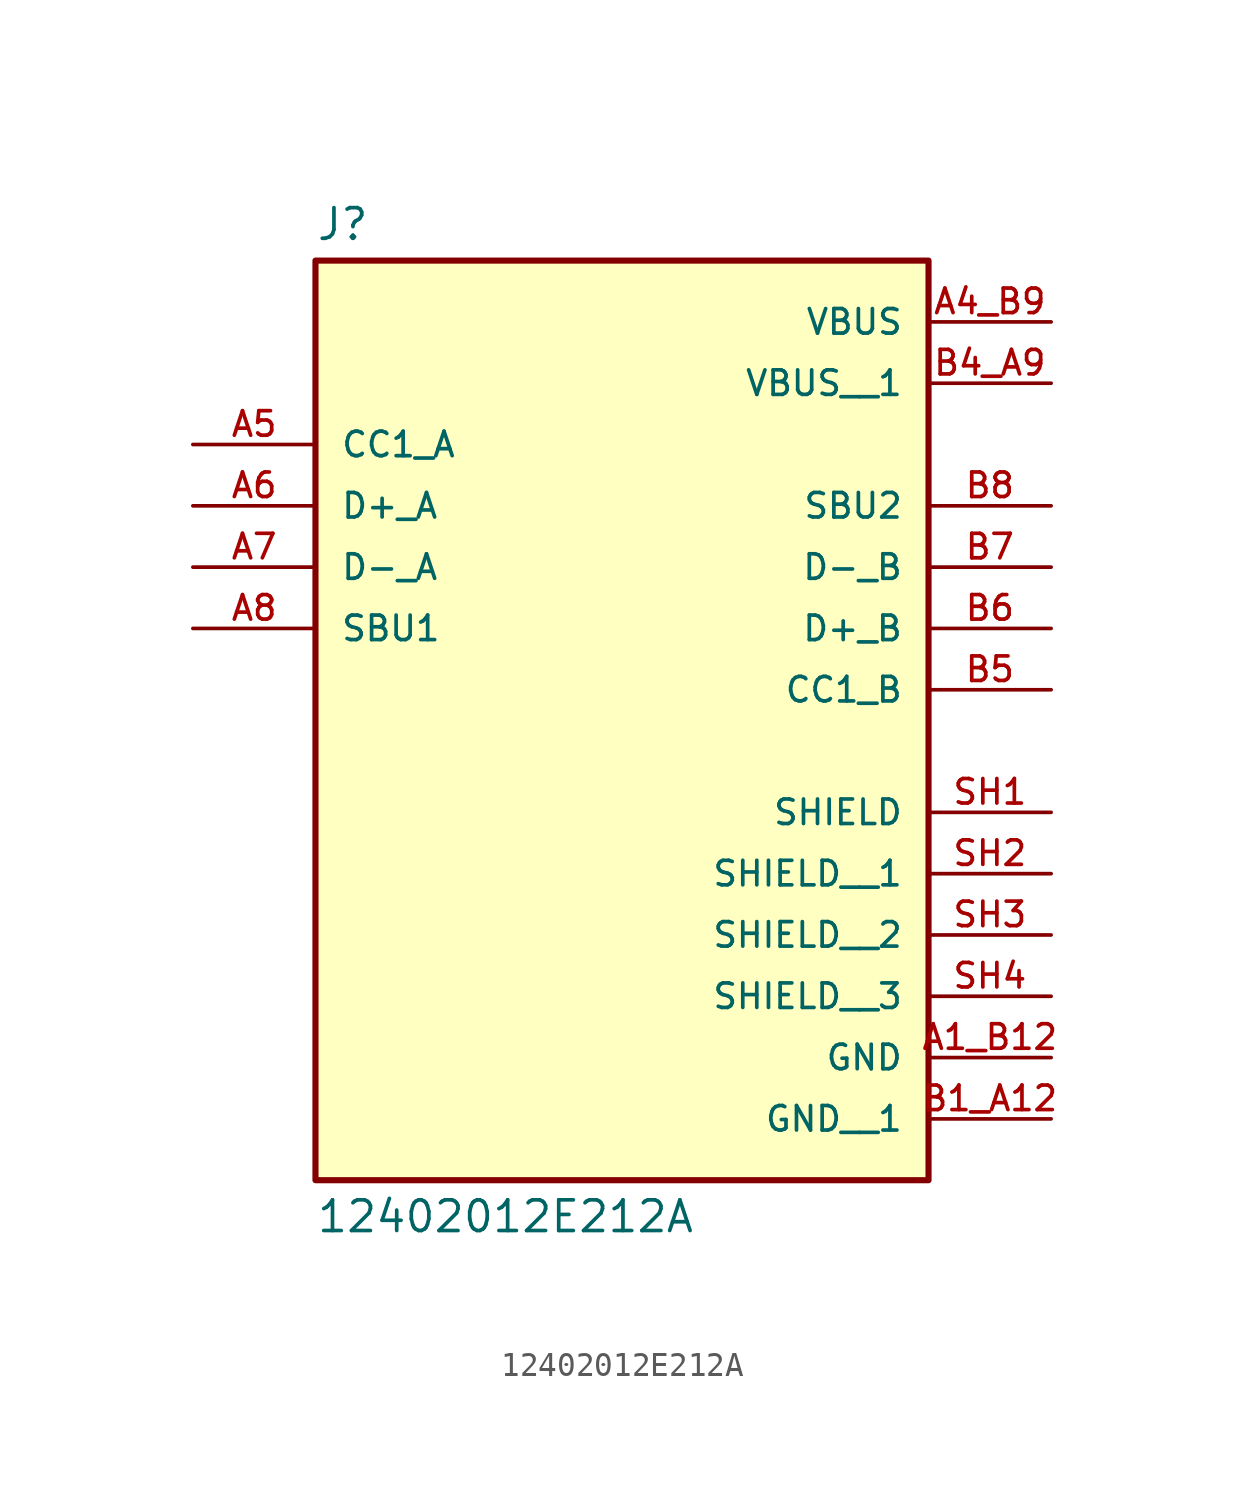
<source format=kicad_sym>
(kicad_symbol_lib
  (version 20211014)
  (generator kicad_symbol_editor)
  (symbol "12402012E212A"
    (pin_names
      (offset 1.016))
    (property "Reference" "J"
      (at -12.7 13.462 0)
      (effects (font (size 1.27 1.27)) (justify bottom left)))
    (property "Value" "12402012E212A"
      (at -12.7 -26.162 0.0)
      (effects (font (size 1.27 1.27)) (justify top left)))
    (symbol "12402012E212A_0_0"
      (rectangle (start -12.7 -25.4) (end 12.7 12.7) (stroke (width 0.254)) (fill (type background)))
      (pin bidirectional line (at -17.78 2.54 0) (length 5.08) (name "D+_A" (effects (font (size 1.016 1.016)))) (number "A6" (effects (font (size 1.016 1.016)))))
      (pin bidirectional line (at -17.78 5.08 0) (length 5.08) (name "CC1_A" (effects (font (size 1.016 1.016)))) (number "A5" (effects (font (size 1.016 1.016)))))
      (pin bidirectional line (at -17.78 -2.54 0) (length 5.08) (name "SBU1" (effects (font (size 1.016 1.016)))) (number "A8" (effects (font (size 1.016 1.016)))))
      (pin bidirectional line (at -17.78 0.0 0) (length 5.08) (name "D-_A" (effects (font (size 1.016 1.016)))) (number "A7" (effects (font (size 1.016 1.016)))))
      (pin passive line (at 17.78 -10.16 180.0) (length 5.08) (name "SHIELD" (effects (font (size 1.016 1.016)))) (number "SH1" (effects (font (size 1.016 1.016)))))
      (pin power_in line (at 17.78 -20.32 180.0) (length 5.08) (name "GND" (effects (font (size 1.016 1.016)))) (number "A1_B12" (effects (font (size 1.016 1.016)))))
      (pin power_in line (at 17.78 10.16 180.0) (length 5.08) (name "VBUS" (effects (font (size 1.016 1.016)))) (number "A4_B9" (effects (font (size 1.016 1.016)))))
      (pin bidirectional line (at 17.78 -2.54 180.0) (length 5.08) (name "D+_B" (effects (font (size 1.016 1.016)))) (number "B6" (effects (font (size 1.016 1.016)))))
      (pin bidirectional line (at 17.78 -5.08 180.0) (length 5.08) (name "CC1_B" (effects (font (size 1.016 1.016)))) (number "B5" (effects (font (size 1.016 1.016)))))
      (pin bidirectional line (at 17.78 2.54 180.0) (length 5.08) (name "SBU2" (effects (font (size 1.016 1.016)))) (number "B8" (effects (font (size 1.016 1.016)))))
      (pin bidirectional line (at 17.78 0.0 180.0) (length 5.08) (name "D-_B" (effects (font (size 1.016 1.016)))) (number "B7" (effects (font (size 1.016 1.016)))))
      (pin power_in line (at 17.78 7.62 180.0) (length 5.08) (name "VBUS__1" (effects (font (size 1.016 1.016)))) (number "B4_A9" (effects (font (size 1.016 1.016)))))
      (pin passive line (at 17.78 -12.7 180.0) (length 5.08) (name "SHIELD__1" (effects (font (size 1.016 1.016)))) (number "SH2" (effects (font (size 1.016 1.016)))))
      (pin passive line (at 17.78 -15.24 180.0) (length 5.08) (name "SHIELD__2" (effects (font (size 1.016 1.016)))) (number "SH3" (effects (font (size 1.016 1.016)))))
      (pin passive line (at 17.78 -17.78 180.0) (length 5.08) (name "SHIELD__3" (effects (font (size 1.016 1.016)))) (number "SH4" (effects (font (size 1.016 1.016)))))
      (pin power_in line (at 17.78 -22.86 180.0) (length 5.08) (name "GND__1" (effects (font (size 1.016 1.016)))) (number "B1_A12" (effects (font (size 1.016 1.016))))))))
</source>
